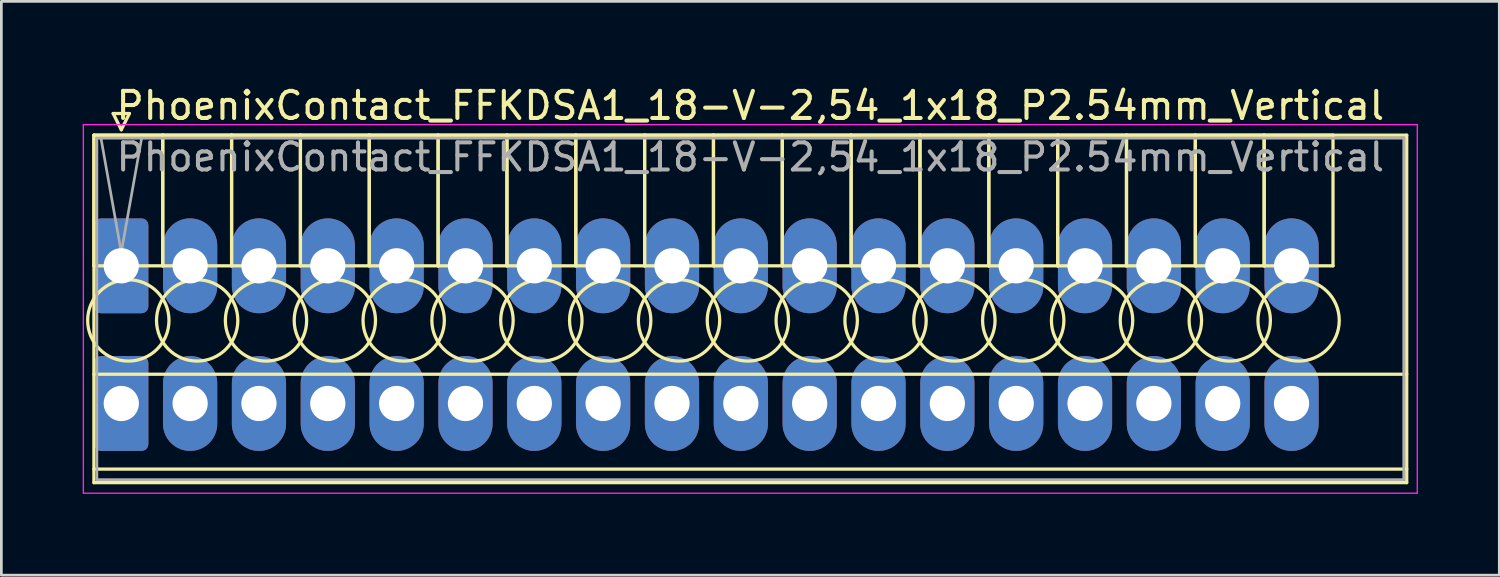
<source format=kicad_pcb>
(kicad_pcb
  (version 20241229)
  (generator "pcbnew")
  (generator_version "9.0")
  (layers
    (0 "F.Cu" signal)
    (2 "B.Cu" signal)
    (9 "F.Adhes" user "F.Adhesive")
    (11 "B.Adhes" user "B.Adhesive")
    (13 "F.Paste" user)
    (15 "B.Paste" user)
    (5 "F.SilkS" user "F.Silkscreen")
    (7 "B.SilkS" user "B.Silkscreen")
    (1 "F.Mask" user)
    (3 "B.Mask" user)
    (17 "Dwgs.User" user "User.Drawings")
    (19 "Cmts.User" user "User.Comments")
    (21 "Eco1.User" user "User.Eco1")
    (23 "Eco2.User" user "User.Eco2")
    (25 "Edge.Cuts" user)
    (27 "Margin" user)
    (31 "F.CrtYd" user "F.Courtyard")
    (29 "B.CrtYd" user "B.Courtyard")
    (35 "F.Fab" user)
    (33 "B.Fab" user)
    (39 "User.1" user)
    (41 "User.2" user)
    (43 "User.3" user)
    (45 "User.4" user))
  (footprint "PhoenixContact_FFKDSA1_18-V-2,54_1x18_P2.54mm_Vertical"
    (layer "F.Cu")
    (at 1.425 6.758)
    (property "Reference" "PhoenixContact_FFKDSA1_18-V-2,54_1x18_P2.54mm_Vertical" (at 23.21 -5.91 0) (layer "F.SilkS") (effects (font (size 1 1) (thickness 0.15))))
    (attr through_hole)
    (fp_line (start -1.01 -4.82) (end -1.01 0) (stroke (width 0.12) (type solid)) (layer "F.SilkS"))
    (fp_line (start -1.01 -4.82) (end -1.01 8) (stroke (width 0.12) (type solid)) (layer "F.SilkS"))
    (fp_line (start -1.01 0) (end 1.53 0) (stroke (width 0.12) (type solid)) (layer "F.SilkS"))
    (fp_line (start -1.01 4) (end 47.43 4) (stroke (width 0.12) (type solid)) (layer "F.SilkS"))
    (fp_line (start -1.01 7.5) (end 47.43 7.5) (stroke (width 0.12) (type solid)) (layer "F.SilkS"))
    (fp_line (start -1.01 8) (end 47.43 8) (stroke (width 0.12) (type solid)) (layer "F.SilkS"))
    (fp_line (start -0.3 -5.62) (end 0.3 -5.62) (stroke (width 0.12) (type solid)) (layer "F.SilkS"))
    (fp_line (start 0 -5.02) (end -0.3 -5.62) (stroke (width 0.12) (type solid)) (layer "F.SilkS"))
    (fp_line (start 0.3 -5.62) (end 0 -5.02) (stroke (width 0.12) (type solid)) (layer "F.SilkS"))
    (fp_line (start 1.53 -4.82) (end -1.01 -4.82) (stroke (width 0.12) (type solid)) (layer "F.SilkS"))
    (fp_line (start 1.53 -4.82) (end 1.53 0) (stroke (width 0.12) (type solid)) (layer "F.SilkS"))
    (fp_line (start 1.53 0) (end 1.53 -4.82) (stroke (width 0.12) (type solid)) (layer "F.SilkS"))
    (fp_line (start 1.53 0) (end 4.07 0) (stroke (width 0.12) (type solid)) (layer "F.SilkS"))
    (fp_line (start 4.07 -4.82) (end 1.53 -4.82) (stroke (width 0.12) (type solid)) (layer "F.SilkS"))
    (fp_line (start 4.07 -4.82) (end 4.07 0) (stroke (width 0.12) (type solid)) (layer "F.SilkS"))
    (fp_line (start 4.07 0) (end 4.07 -4.82) (stroke (width 0.12) (type solid)) (layer "F.SilkS"))
    (fp_line (start 4.07 0) (end 6.61 0) (stroke (width 0.12) (type solid)) (layer "F.SilkS"))
    (fp_line (start 6.61 -4.82) (end 4.07 -4.82) (stroke (width 0.12) (type solid)) (layer "F.SilkS"))
    (fp_line (start 6.61 -4.82) (end 6.61 0) (stroke (width 0.12) (type solid)) (layer "F.SilkS"))
    (fp_line (start 6.61 0) (end 6.61 -4.82) (stroke (width 0.12) (type solid)) (layer "F.SilkS"))
    (fp_line (start 6.61 0) (end 9.15 0) (stroke (width 0.12) (type solid)) (layer "F.SilkS"))
    (fp_line (start 9.15 -4.82) (end 6.61 -4.82) (stroke (width 0.12) (type solid)) (layer "F.SilkS"))
    (fp_line (start 9.15 -4.82) (end 9.15 0) (stroke (width 0.12) (type solid)) (layer "F.SilkS"))
    (fp_line (start 9.15 0) (end 9.15 -4.82) (stroke (width 0.12) (type solid)) (layer "F.SilkS"))
    (fp_line (start 9.15 0) (end 11.69 0) (stroke (width 0.12) (type solid)) (layer "F.SilkS"))
    (fp_line (start 11.69 -4.82) (end 9.15 -4.82) (stroke (width 0.12) (type solid)) (layer "F.SilkS"))
    (fp_line (start 11.69 -4.82) (end 11.69 0) (stroke (width 0.12) (type solid)) (layer "F.SilkS"))
    (fp_line (start 11.69 0) (end 11.69 -4.82) (stroke (width 0.12) (type solid)) (layer "F.SilkS"))
    (fp_line (start 11.69 0) (end 14.23 0) (stroke (width 0.12) (type solid)) (layer "F.SilkS"))
    (fp_line (start 14.23 -4.82) (end 11.69 -4.82) (stroke (width 0.12) (type solid)) (layer "F.SilkS"))
    (fp_line (start 14.23 -4.82) (end 14.23 0) (stroke (width 0.12) (type solid)) (layer "F.SilkS"))
    (fp_line (start 14.23 0) (end 14.23 -4.82) (stroke (width 0.12) (type solid)) (layer "F.SilkS"))
    (fp_line (start 14.23 0) (end 16.77 0) (stroke (width 0.12) (type solid)) (layer "F.SilkS"))
    (fp_line (start 16.77 -4.82) (end 14.23 -4.82) (stroke (width 0.12) (type solid)) (layer "F.SilkS"))
    (fp_line (start 16.77 -4.82) (end 16.77 0) (stroke (width 0.12) (type solid)) (layer "F.SilkS"))
    (fp_line (start 16.77 0) (end 16.77 -4.82) (stroke (width 0.12) (type solid)) (layer "F.SilkS"))
    (fp_line (start 16.77 0) (end 19.31 0) (stroke (width 0.12) (type solid)) (layer "F.SilkS"))
    (fp_line (start 19.31 -4.82) (end 16.77 -4.82) (stroke (width 0.12) (type solid)) (layer "F.SilkS"))
    (fp_line (start 19.31 -4.82) (end 19.31 0) (stroke (width 0.12) (type solid)) (layer "F.SilkS"))
    (fp_line (start 19.31 0) (end 19.31 -4.82) (stroke (width 0.12) (type solid)) (layer "F.SilkS"))
    (fp_line (start 19.31 0) (end 21.85 0) (stroke (width 0.12) (type solid)) (layer "F.SilkS"))
    (fp_line (start 21.85 -4.82) (end 19.31 -4.82) (stroke (width 0.12) (type solid)) (layer "F.SilkS"))
    (fp_line (start 21.85 -4.82) (end 21.85 0) (stroke (width 0.12) (type solid)) (layer "F.SilkS"))
    (fp_line (start 21.85 0) (end 21.85 -4.82) (stroke (width 0.12) (type solid)) (layer "F.SilkS"))
    (fp_line (start 21.85 0) (end 24.39 0) (stroke (width 0.12) (type solid)) (layer "F.SilkS"))
    (fp_line (start 24.39 -4.82) (end 21.85 -4.82) (stroke (width 0.12) (type solid)) (layer "F.SilkS"))
    (fp_line (start 24.39 -4.82) (end 24.39 0) (stroke (width 0.12) (type solid)) (layer "F.SilkS"))
    (fp_line (start 24.39 0) (end 24.39 -4.82) (stroke (width 0.12) (type solid)) (layer "F.SilkS"))
    (fp_line (start 24.39 0) (end 26.93 0) (stroke (width 0.12) (type solid)) (layer "F.SilkS"))
    (fp_line (start 26.93 -4.82) (end 24.39 -4.82) (stroke (width 0.12) (type solid)) (layer "F.SilkS"))
    (fp_line (start 26.93 -4.82) (end 26.93 0) (stroke (width 0.12) (type solid)) (layer "F.SilkS"))
    (fp_line (start 26.93 0) (end 26.93 -4.82) (stroke (width 0.12) (type solid)) (layer "F.SilkS"))
    (fp_line (start 26.93 0) (end 29.47 0) (stroke (width 0.12) (type solid)) (layer "F.SilkS"))
    (fp_line (start 29.47 -4.82) (end 26.93 -4.82) (stroke (width 0.12) (type solid)) (layer "F.SilkS"))
    (fp_line (start 29.47 -4.82) (end 29.47 0) (stroke (width 0.12) (type solid)) (layer "F.SilkS"))
    (fp_line (start 29.47 0) (end 29.47 -4.82) (stroke (width 0.12) (type solid)) (layer "F.SilkS"))
    (fp_line (start 29.47 0) (end 32.01 0) (stroke (width 0.12) (type solid)) (layer "F.SilkS"))
    (fp_line (start 32.01 -4.82) (end 29.47 -4.82) (stroke (width 0.12) (type solid)) (layer "F.SilkS"))
    (fp_line (start 32.01 -4.82) (end 32.01 0) (stroke (width 0.12) (type solid)) (layer "F.SilkS"))
    (fp_line (start 32.01 0) (end 32.01 -4.82) (stroke (width 0.12) (type solid)) (layer "F.SilkS"))
    (fp_line (start 32.01 0) (end 34.55 0) (stroke (width 0.12) (type solid)) (layer "F.SilkS"))
    (fp_line (start 34.55 -4.82) (end 32.01 -4.82) (stroke (width 0.12) (type solid)) (layer "F.SilkS"))
    (fp_line (start 34.55 -4.82) (end 34.55 0) (stroke (width 0.12) (type solid)) (layer "F.SilkS"))
    (fp_line (start 34.55 0) (end 34.55 -4.82) (stroke (width 0.12) (type solid)) (layer "F.SilkS"))
    (fp_line (start 34.55 0) (end 37.09 0) (stroke (width 0.12) (type solid)) (layer "F.SilkS"))
    (fp_line (start 37.09 -4.82) (end 34.55 -4.82) (stroke (width 0.12) (type solid)) (layer "F.SilkS"))
    (fp_line (start 37.09 -4.82) (end 37.09 0) (stroke (width 0.12) (type solid)) (layer "F.SilkS"))
    (fp_line (start 37.09 0) (end 37.09 -4.82) (stroke (width 0.12) (type solid)) (layer "F.SilkS"))
    (fp_line (start 37.09 0) (end 39.63 0) (stroke (width 0.12) (type solid)) (layer "F.SilkS"))
    (fp_line (start 39.63 -4.82) (end 37.09 -4.82) (stroke (width 0.12) (type solid)) (layer "F.SilkS"))
    (fp_line (start 39.63 -4.82) (end 39.63 0) (stroke (width 0.12) (type solid)) (layer "F.SilkS"))
    (fp_line (start 39.63 0) (end 39.63 -4.82) (stroke (width 0.12) (type solid)) (layer "F.SilkS"))
    (fp_line (start 39.63 0) (end 42.17 0) (stroke (width 0.12) (type solid)) (layer "F.SilkS"))
    (fp_line (start 42.17 -4.82) (end 39.63 -4.82) (stroke (width 0.12) (type solid)) (layer "F.SilkS"))
    (fp_line (start 42.17 -4.82) (end 42.17 0) (stroke (width 0.12) (type solid)) (layer "F.SilkS"))
    (fp_line (start 42.17 0) (end 42.17 -4.82) (stroke (width 0.12) (type solid)) (layer "F.SilkS"))
    (fp_line (start 42.17 0) (end 44.71 0) (stroke (width 0.12) (type solid)) (layer "F.SilkS"))
    (fp_line (start 44.71 -4.82) (end 42.17 -4.82) (stroke (width 0.12) (type solid)) (layer "F.SilkS"))
    (fp_line (start 44.71 0) (end 44.71 -4.82) (stroke (width 0.12) (type solid)) (layer "F.SilkS"))
    (fp_line (start 47.43 -4.82) (end -1.01 -4.82) (stroke (width 0.12) (type solid)) (layer "F.SilkS"))
    (fp_line (start 47.43 8) (end 47.43 -4.82) (stroke (width 0.12) (type solid)) (layer "F.SilkS"))
    (fp_circle (center 0.26 2.015) (end 1.76 2.015) (stroke (width 0.12) (type solid)) (fill no) (layer "F.SilkS"))
    (fp_circle (center 2.8 2.015) (end 4.3 2.015) (stroke (width 0.12) (type solid)) (fill no) (layer "F.SilkS"))
    (fp_circle (center 5.34 2.015) (end 6.84 2.015) (stroke (width 0.12) (type solid)) (fill no) (layer "F.SilkS"))
    (fp_circle (center 7.88 2.015) (end 9.38 2.015) (stroke (width 0.12) (type solid)) (fill no) (layer "F.SilkS"))
    (fp_circle (center 10.42 2.015) (end 11.92 2.015) (stroke (width 0.12) (type solid)) (fill no) (layer "F.SilkS"))
    (fp_circle (center 12.96 2.015) (end 14.46 2.015) (stroke (width 0.12) (type solid)) (fill no) (layer "F.SilkS"))
    (fp_circle (center 15.5 2.015) (end 17 2.015) (stroke (width 0.12) (type solid)) (fill no) (layer "F.SilkS"))
    (fp_circle (center 18.04 2.015) (end 19.54 2.015) (stroke (width 0.12) (type solid)) (fill no) (layer "F.SilkS"))
    (fp_circle (center 20.58 2.015) (end 22.08 2.015) (stroke (width 0.12) (type solid)) (fill no) (layer "F.SilkS"))
    (fp_circle (center 23.12 2.015) (end 24.62 2.015) (stroke (width 0.12) (type solid)) (fill no) (layer "F.SilkS"))
    (fp_circle (center 25.66 2.015) (end 27.16 2.015) (stroke (width 0.12) (type solid)) (fill no) (layer "F.SilkS"))
    (fp_circle (center 28.2 2.015) (end 29.7 2.015) (stroke (width 0.12) (type solid)) (fill no) (layer "F.SilkS"))
    (fp_circle (center 30.74 2.015) (end 32.24 2.015) (stroke (width 0.12) (type solid)) (fill no) (layer "F.SilkS"))
    (fp_circle (center 33.28 2.015) (end 34.78 2.015) (stroke (width 0.12) (type solid)) (fill no) (layer "F.SilkS"))
    (fp_circle (center 35.82 2.015) (end 37.32 2.015) (stroke (width 0.12) (type solid)) (fill no) (layer "F.SilkS"))
    (fp_circle (center 38.36 2.015) (end 39.86 2.015) (stroke (width 0.12) (type solid)) (fill no) (layer "F.SilkS"))
    (fp_circle (center 40.9 2.015) (end 42.4 2.015) (stroke (width 0.12) (type solid)) (fill no) (layer "F.SilkS"))
    (fp_circle (center 43.44 2.015) (end 44.94 2.015) (stroke (width 0.12) (type solid)) (fill no) (layer "F.SilkS"))
    (fp_line (start -1.4 -5.21) (end -1.4 8.39) (stroke (width 0.05) (type solid)) (layer "F.CrtYd"))
    (fp_line (start -1.4 8.39) (end 47.82 8.39) (stroke (width 0.05) (type solid)) (layer "F.CrtYd"))
    (fp_line (start 47.82 -5.21) (end -1.4 -5.21) (stroke (width 0.05) (type solid)) (layer "F.CrtYd"))
    (fp_line (start 47.82 8.39) (end 47.82 -5.21) (stroke (width 0.05) (type solid)) (layer "F.CrtYd"))
    (fp_line (start -0.9 -4.71) (end -0.9 7.89) (stroke (width 0.1) (type solid)) (layer "F.Fab"))
    (fp_line (start -0.9 7.89) (end 47.32 7.89) (stroke (width 0.1) (type solid)) (layer "F.Fab"))
    (fp_line (start 0 -0.5) (end -0.75 -4.71) (stroke (width 0.1) (type solid)) (layer "F.Fab"))
    (fp_line (start 0.75 -4.71) (end 0 -0.5) (stroke (width 0.1) (type solid)) (layer "F.Fab"))
    (fp_line (start 47.32 -4.71) (end -0.9 -4.71) (stroke (width 0.1) (type solid)) (layer "F.Fab"))
    (fp_line (start 47.32 7.89) (end 47.32 -4.71) (stroke (width 0.1) (type solid)) (layer "F.Fab"))
    (fp_text user "${REFERENCE}" (at 23.21 -4.01 0) (layer "F.Fab") (effects (font (size 1 1) (thickness 0.15))))
    (pad "1" thru_hole roundrect (at 0 0) (size 2 3.5) (drill 1.3) (layers "*.Cu" "*.Mask") (roundrect_rratio 0.125))
    (pad "1" thru_hole roundrect (at 0 5.08) (size 2 3.5) (drill 1.3) (layers "*.Cu" "*.Mask") (roundrect_rratio 0.125))
    (pad "2" thru_hole oval (at 2.54 0) (size 2 3.5) (drill 1.3) (layers "*.Cu" "*.Mask"))
    (pad "2" thru_hole oval (at 2.54 5.08) (size 2 3.5) (drill 1.3) (layers "*.Cu" "*.Mask"))
    (pad "3" thru_hole oval (at 5.08 0) (size 2 3.5) (drill 1.3) (layers "*.Cu" "*.Mask"))
    (pad "3" thru_hole oval (at 5.08 5.08) (size 2 3.5) (drill 1.3) (layers "*.Cu" "*.Mask"))
    (pad "4" thru_hole oval (at 7.62 0) (size 2 3.5) (drill 1.3) (layers "*.Cu" "*.Mask"))
    (pad "4" thru_hole oval (at 7.62 5.08) (size 2 3.5) (drill 1.3) (layers "*.Cu" "*.Mask"))
    (pad "5" thru_hole oval (at 10.16 0) (size 2 3.5) (drill 1.3) (layers "*.Cu" "*.Mask"))
    (pad "5" thru_hole oval (at 10.16 5.08) (size 2 3.5) (drill 1.3) (layers "*.Cu" "*.Mask"))
    (pad "6" thru_hole oval (at 12.7 0) (size 2 3.5) (drill 1.3) (layers "*.Cu" "*.Mask"))
    (pad "6" thru_hole oval (at 12.7 5.08) (size 2 3.5) (drill 1.3) (layers "*.Cu" "*.Mask"))
    (pad "7" thru_hole oval (at 15.24 0) (size 2 3.5) (drill 1.3) (layers "*.Cu" "*.Mask"))
    (pad "7" thru_hole oval (at 15.24 5.08) (size 2 3.5) (drill 1.3) (layers "*.Cu" "*.Mask"))
    (pad "8" thru_hole oval (at 17.78 0) (size 2 3.5) (drill 1.3) (layers "*.Cu" "*.Mask"))
    (pad "8" thru_hole oval (at 17.78 5.08) (size 2 3.5) (drill 1.3) (layers "*.Cu" "*.Mask"))
    (pad "9" thru_hole oval (at 20.32 0) (size 2 3.5) (drill 1.3) (layers "*.Cu" "*.Mask"))
    (pad "9" thru_hole oval (at 20.32 5.08) (size 2 3.5) (drill 1.3) (layers "*.Cu" "*.Mask"))
    (pad "10" thru_hole oval (at 22.86 0) (size 2 3.5) (drill 1.3) (layers "*.Cu" "*.Mask"))
    (pad "10" thru_hole oval (at 22.86 5.08) (size 2 3.5) (drill 1.3) (layers "*.Cu" "*.Mask"))
    (pad "11" thru_hole oval (at 25.4 0) (size 2 3.5) (drill 1.3) (layers "*.Cu" "*.Mask"))
    (pad "11" thru_hole oval (at 25.4 5.08) (size 2 3.5) (drill 1.3) (layers "*.Cu" "*.Mask"))
    (pad "12" thru_hole oval (at 27.94 0) (size 2 3.5) (drill 1.3) (layers "*.Cu" "*.Mask"))
    (pad "12" thru_hole oval (at 27.94 5.08) (size 2 3.5) (drill 1.3) (layers "*.Cu" "*.Mask"))
    (pad "13" thru_hole oval (at 30.48 0) (size 2 3.5) (drill 1.3) (layers "*.Cu" "*.Mask"))
    (pad "13" thru_hole oval (at 30.48 5.08) (size 2 3.5) (drill 1.3) (layers "*.Cu" "*.Mask"))
    (pad "14" thru_hole oval (at 33.02 0) (size 2 3.5) (drill 1.3) (layers "*.Cu" "*.Mask"))
    (pad "14" thru_hole oval (at 33.02 5.08) (size 2 3.5) (drill 1.3) (layers "*.Cu" "*.Mask"))
    (pad "15" thru_hole oval (at 35.56 0) (size 2 3.5) (drill 1.3) (layers "*.Cu" "*.Mask"))
    (pad "15" thru_hole oval (at 35.56 5.08) (size 2 3.5) (drill 1.3) (layers "*.Cu" "*.Mask"))
    (pad "16" thru_hole oval (at 38.1 0) (size 2 3.5) (drill 1.3) (layers "*.Cu" "*.Mask"))
    (pad "16" thru_hole oval (at 38.1 5.08) (size 2 3.5) (drill 1.3) (layers "*.Cu" "*.Mask"))
    (pad "17" thru_hole oval (at 40.64 0) (size 2 3.5) (drill 1.3) (layers "*.Cu" "*.Mask"))
    (pad "17" thru_hole oval (at 40.64 5.08) (size 2 3.5) (drill 1.3) (layers "*.Cu" "*.Mask"))
    (pad "18" thru_hole oval (at 43.18 0) (size 2 3.5) (drill 1.3) (layers "*.Cu" "*.Mask"))
    (pad "18" thru_hole oval (at 43.18 5.08) (size 2 3.5) (drill 1.3) (layers "*.Cu" "*.Mask")))
  (gr_rect
    (start -3 -3)
    (end 52.27 18.173)
    (stroke (width 0.1) (type default))
    (fill no)
    (layer "Edge.Cuts")))
</source>
